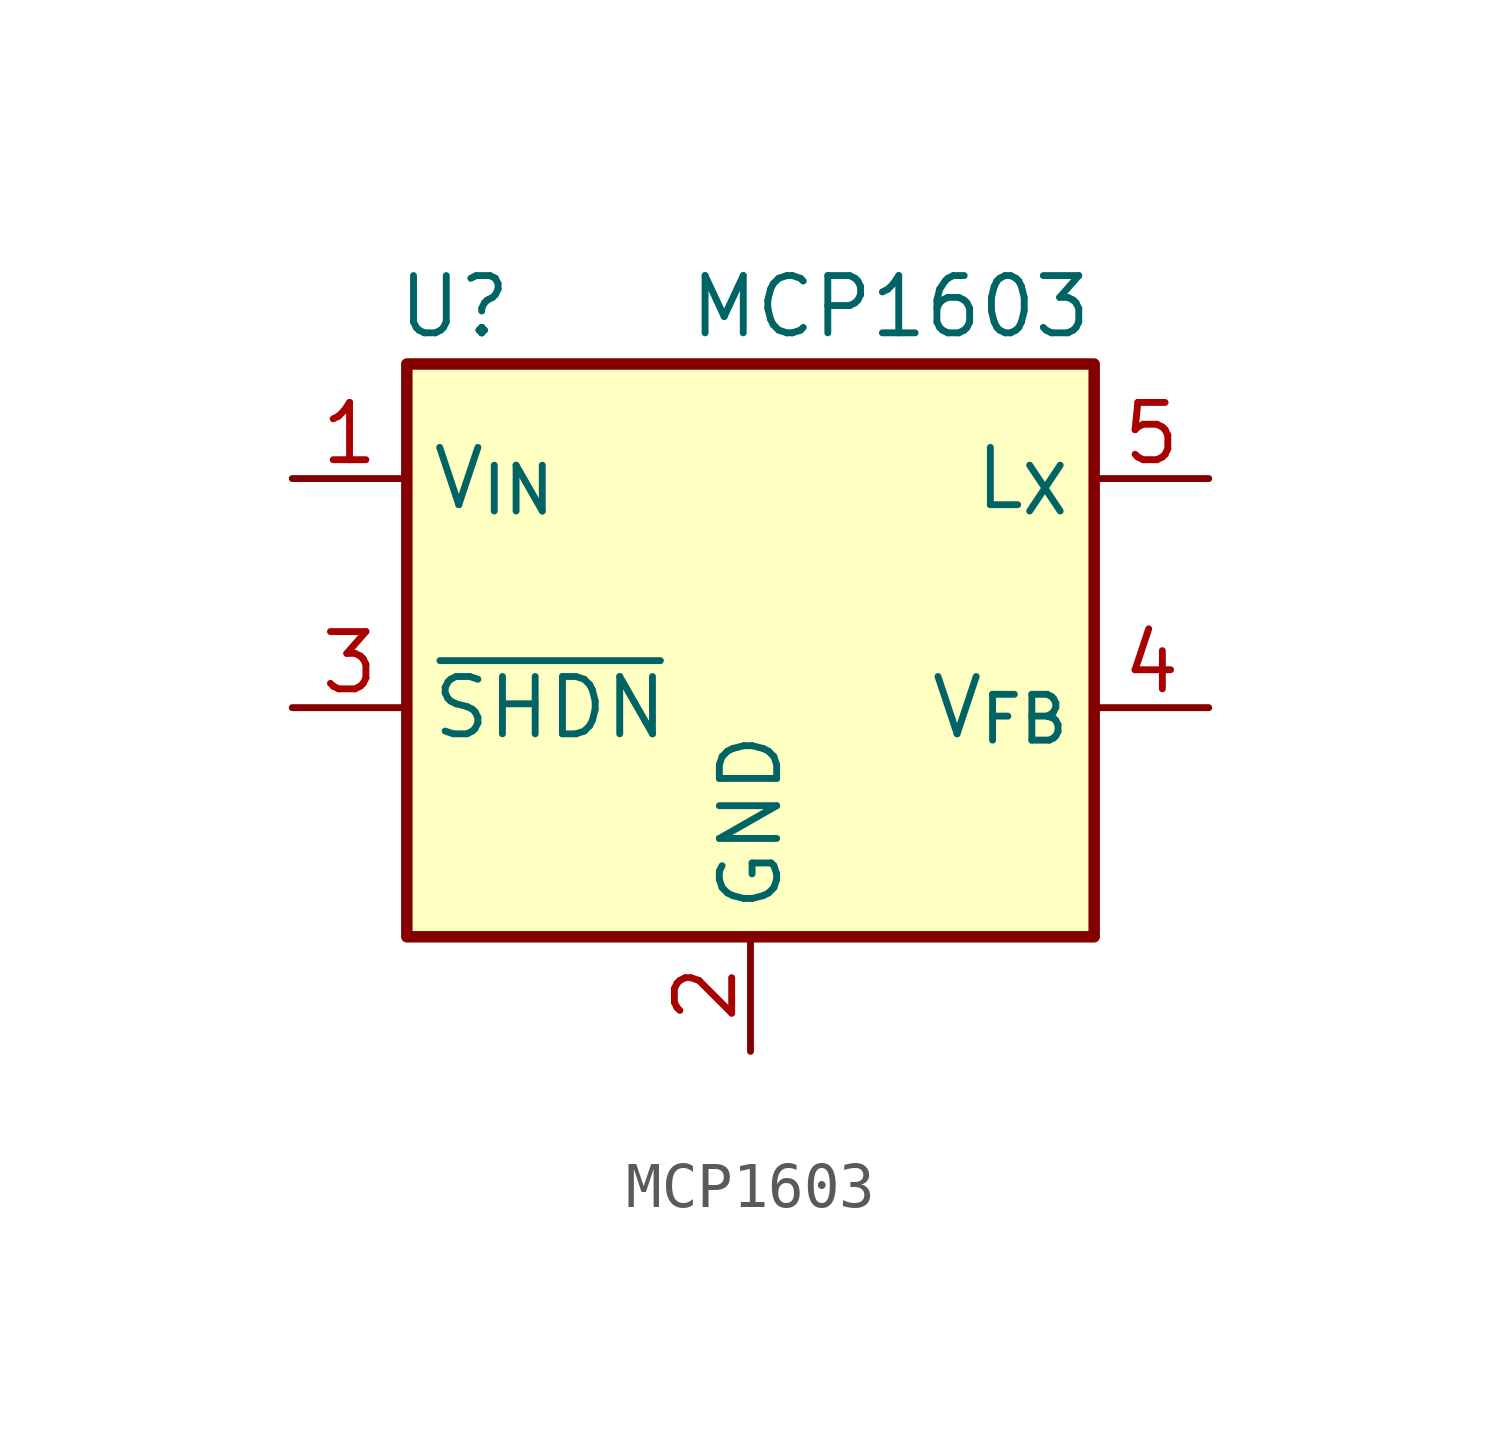
<source format=kicad_sym>
(kicad_symbol_lib
  (version 20231120)
  (generator "kicad_symbol_editor")
  (generator_version "8.0")
  (symbol "MCP1603"
    (property "Reference" "U"
      (at -7.874 8.89 0)
      (effects (font (size 1.27 1.27)) (justify left)))
    (property "Value" "MCP1603"
      (at 7.62 8.89 0)
      (effects (font (size 1.27 1.27)) (justify right)))
    (symbol "MCP1603_0_1"
      (rectangle (start -7.62 7.62) (end 7.62 -5.08) (stroke (width 0.254) (type default)) (fill (type background))))
    (symbol "MCP1603_1_1"
      (pin power_in line (at -10.16 5.08 0) (length 2.54) (name "V_{IN}" (effects (font (size 1.27 1.27)))) (number "1" (effects (font (size 1.27 1.27)))))
      (pin power_in line (at 0 -7.62 90) (length 2.54) (name "GND" (effects (font (size 1.27 1.27)))) (number "2" (effects (font (size 1.27 1.27)))))
      (pin input line (at -10.16 0 0) (length 2.54) (name "~{SHDN}" (effects (font (size 1.27 1.27)))) (number "3" (effects (font (size 1.27 1.27)))))
      (pin input line (at 10.16 0 180) (length 2.54) (name "V_{FB}" (effects (font (size 1.27 1.27)))) (number "4" (effects (font (size 1.27 1.27)))))
      (pin output line (at 10.16 5.08 180) (length 2.54) (name "L_{X}" (effects (font (size 1.27 1.27)))) (number "5" (effects (font (size 1.27 1.27))))))))
</source>
